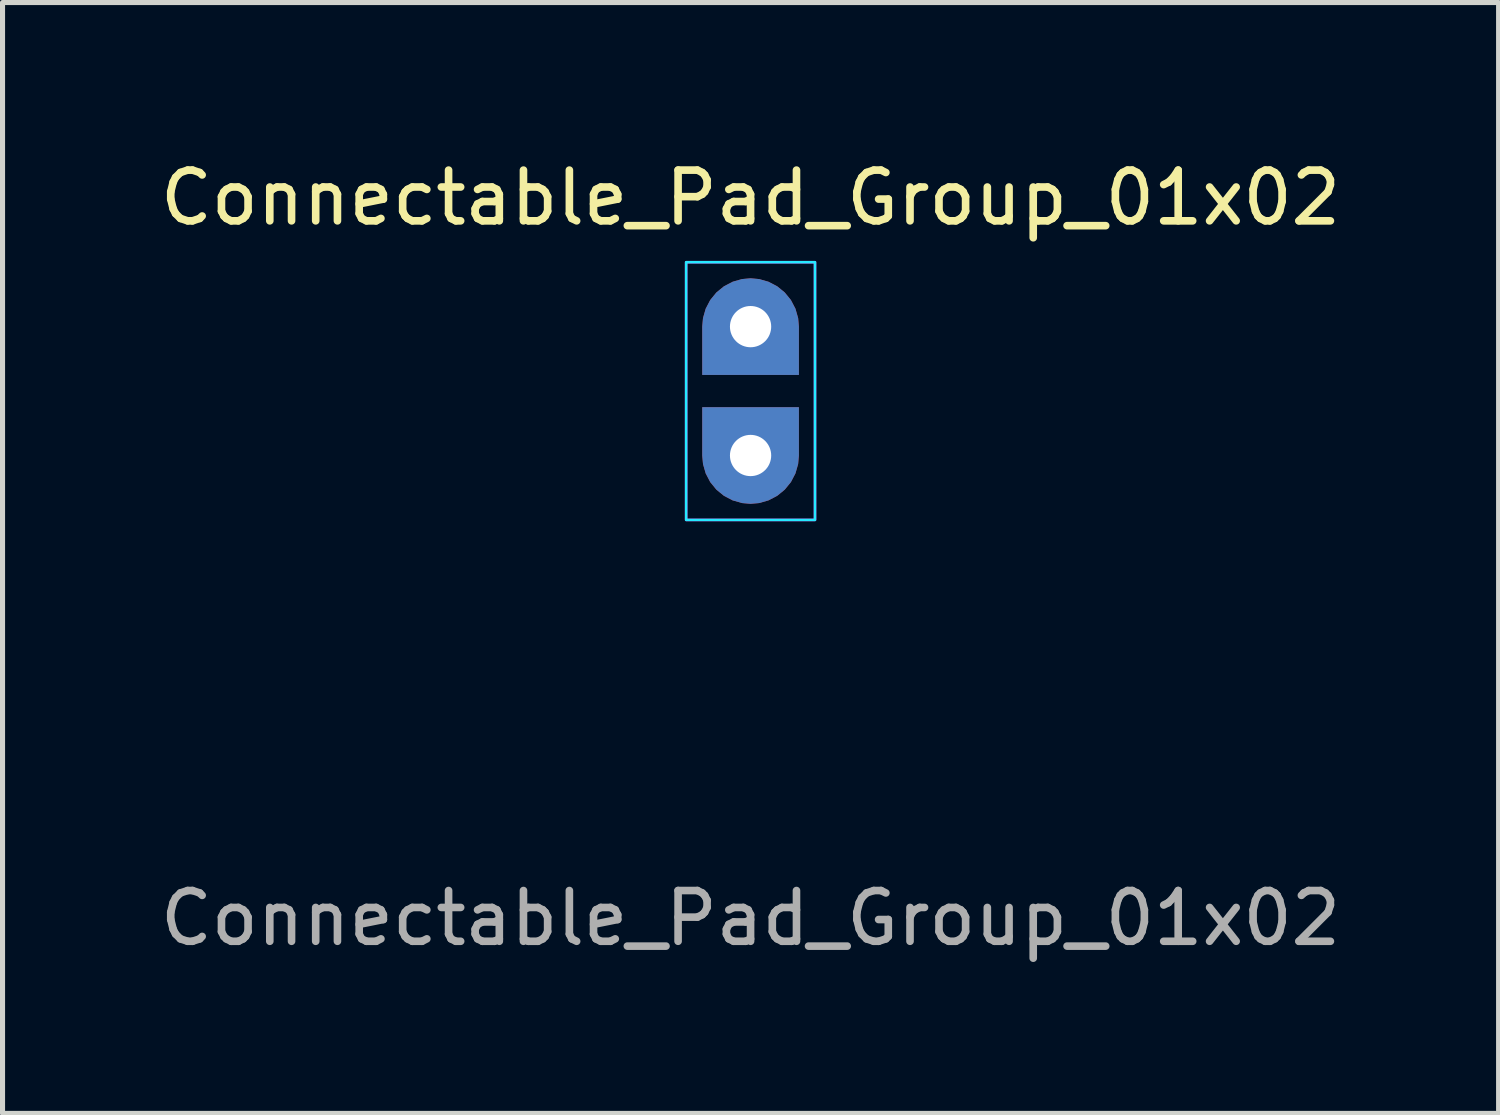
<source format=kicad_pcb>
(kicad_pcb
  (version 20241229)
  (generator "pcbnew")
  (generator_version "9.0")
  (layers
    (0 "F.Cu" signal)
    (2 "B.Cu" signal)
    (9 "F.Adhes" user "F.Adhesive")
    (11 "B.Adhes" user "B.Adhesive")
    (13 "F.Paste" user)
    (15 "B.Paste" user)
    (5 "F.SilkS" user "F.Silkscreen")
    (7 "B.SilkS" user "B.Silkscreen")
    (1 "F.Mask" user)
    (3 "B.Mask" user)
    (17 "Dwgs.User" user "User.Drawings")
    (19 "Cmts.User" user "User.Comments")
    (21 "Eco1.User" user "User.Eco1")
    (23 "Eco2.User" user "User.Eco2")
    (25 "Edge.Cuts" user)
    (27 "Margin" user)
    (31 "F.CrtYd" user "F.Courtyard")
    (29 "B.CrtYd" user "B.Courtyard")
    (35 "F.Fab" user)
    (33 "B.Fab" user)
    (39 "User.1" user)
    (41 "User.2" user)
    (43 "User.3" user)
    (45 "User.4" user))
  (footprint "Connectable_Pad_Group_01x02"
    (layer "F.Cu")
    (at 11.744 3.388)
    (property "Reference" "Connectable_Pad_Group_01x02" (at 0 -2.54 0) (unlocked yes) (layer "F.SilkS") (effects (font (size 1 1) (thickness 0.15))))
    (attr through_hole)
    (fp_rect (start -1.27 -1.27) (end 1.27 3.81) (stroke (width 0.05) (type default)) (fill no) (layer "B.CrtYd"))
    (fp_rect (start -1.27 -1.27) (end 1.27 3.81) (stroke (width 0.05) (type default)) (fill no) (layer "F.CrtYd"))
    (fp_text user "${REFERENCE}" (at 0 11.66 0) (unlocked yes) (layer "F.Fab") (effects (font (size 1 1) (thickness 0.15))))
    (pad "1" thru_hole roundrect (at 0 0) (size 1.905 1.905) (drill 0.813) (layers "*.Cu" "*.Mask") (roundrect_rratio 0.5) (chamfer_ratio 0) (chamfer bottom_left bottom_right))
    (pad "1" thru_hole roundrect (at 0 2.54) (size 1.905 1.905) (drill 0.813) (layers "*.Cu" "*.Mask") (roundrect_rratio 0.5) (chamfer_ratio 0) (chamfer top_left top_right)))
  (gr_rect
    (start -3 -3)
    (end 26.488 18.896)
    (stroke (width 0.1) (type default))
    (fill no)
    (layer "Edge.Cuts")))
</source>
